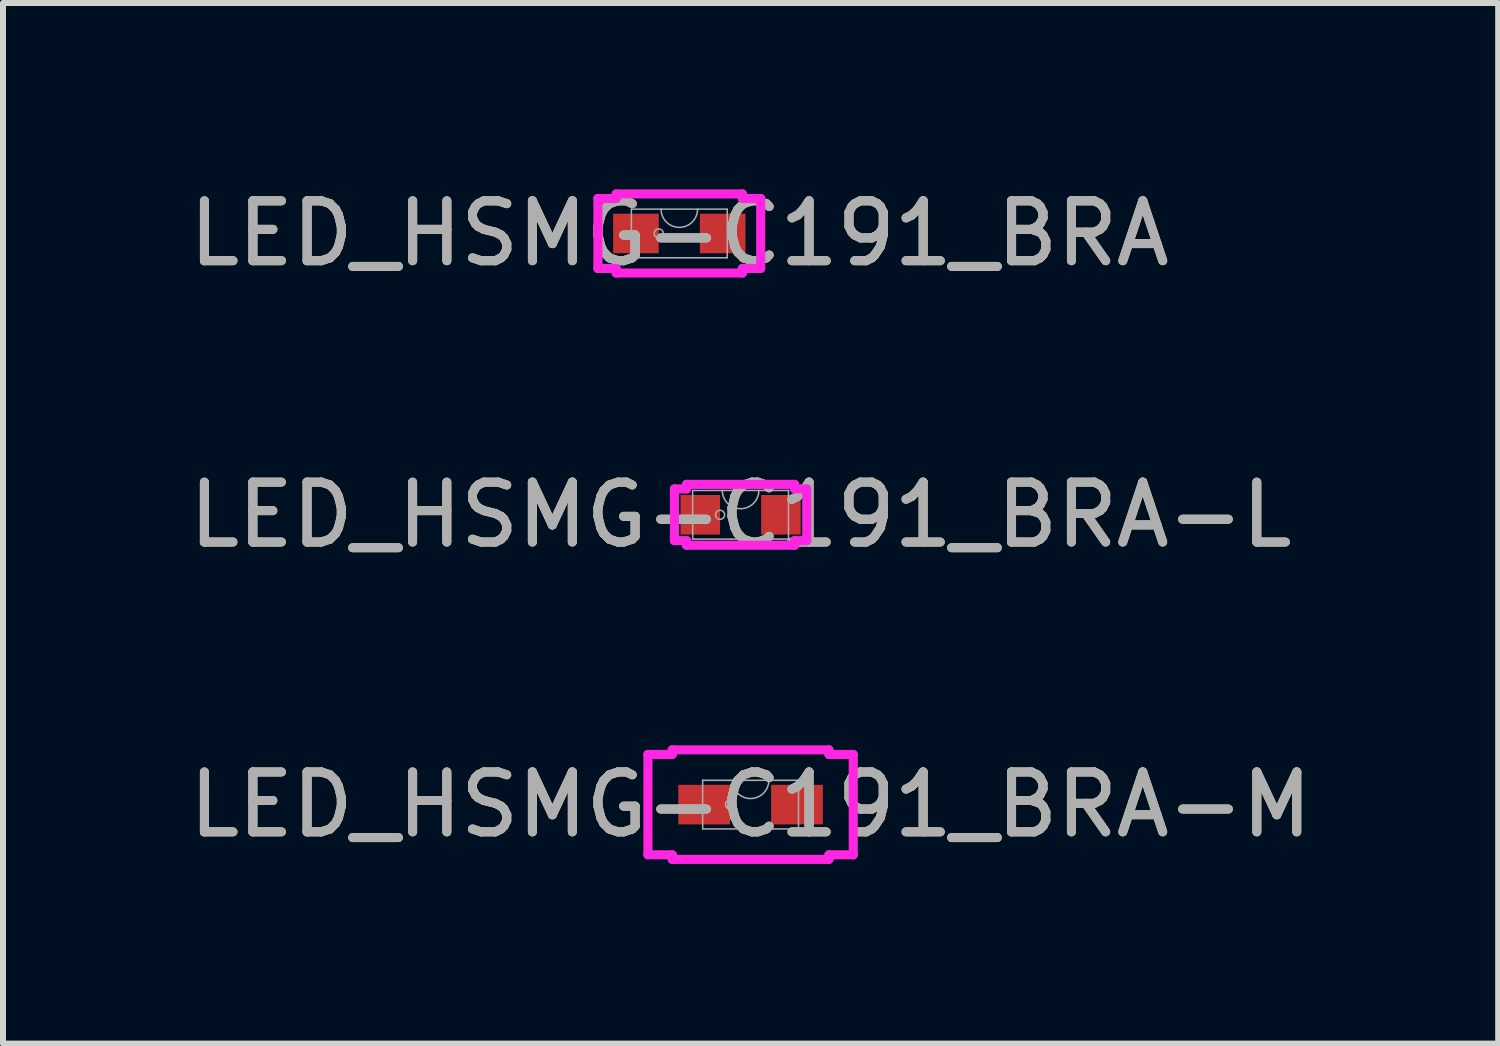
<source format=kicad_pcb>
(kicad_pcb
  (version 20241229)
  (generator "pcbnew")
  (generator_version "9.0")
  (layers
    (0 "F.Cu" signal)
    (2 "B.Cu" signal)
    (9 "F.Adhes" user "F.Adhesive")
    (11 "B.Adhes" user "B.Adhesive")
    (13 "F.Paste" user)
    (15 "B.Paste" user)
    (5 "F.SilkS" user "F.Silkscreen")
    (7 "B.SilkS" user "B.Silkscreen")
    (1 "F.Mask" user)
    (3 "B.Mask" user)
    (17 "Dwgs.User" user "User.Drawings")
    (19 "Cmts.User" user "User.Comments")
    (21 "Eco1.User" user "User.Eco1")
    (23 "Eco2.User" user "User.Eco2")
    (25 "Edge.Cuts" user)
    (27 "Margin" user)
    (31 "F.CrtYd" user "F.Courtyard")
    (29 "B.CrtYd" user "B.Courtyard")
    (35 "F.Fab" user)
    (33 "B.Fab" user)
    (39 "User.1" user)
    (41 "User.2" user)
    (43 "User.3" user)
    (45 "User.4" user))
  (footprint "LED_HSMG-C191_BRA"
    (layer "F.Cu")
    (at 8.292 0.848)
    (property "Reference" "LED_HSMG-C191_BRA" (at 0 0 0) (unlocked yes) (layer "F.SilkS") (effects (font (size 1 1) (thickness 0.15))))
    (attr smd)
    (fp_line (start -1.359 -0.584) (end -1.054 -0.584) (stroke (width 0.152) (type solid)) (layer "F.CrtYd"))
    (fp_line (start -1.359 0.584) (end -1.359 -0.584) (stroke (width 0.152) (type solid)) (layer "F.CrtYd"))
    (fp_line (start -1.359 0.584) (end -1.054 0.584) (stroke (width 0.152) (type solid)) (layer "F.CrtYd"))
    (fp_line (start -1.054 -0.66) (end 1.054 -0.66) (stroke (width 0.152) (type solid)) (layer "F.CrtYd"))
    (fp_line (start -1.054 -0.584) (end -1.054 -0.66) (stroke (width 0.152) (type solid)) (layer "F.CrtYd"))
    (fp_line (start -1.054 0.66) (end -1.054 0.584) (stroke (width 0.152) (type solid)) (layer "F.CrtYd"))
    (fp_line (start 1.054 -0.66) (end 1.054 -0.584) (stroke (width 0.152) (type solid)) (layer "F.CrtYd"))
    (fp_line (start 1.054 0.584) (end 1.054 0.66) (stroke (width 0.152) (type solid)) (layer "F.CrtYd"))
    (fp_line (start 1.054 0.66) (end -1.054 0.66) (stroke (width 0.152) (type solid)) (layer "F.CrtYd"))
    (fp_line (start 1.359 -0.584) (end 1.054 -0.584) (stroke (width 0.152) (type solid)) (layer "F.CrtYd"))
    (fp_line (start 1.359 -0.584) (end 1.359 0.584) (stroke (width 0.152) (type solid)) (layer "F.CrtYd"))
    (fp_line (start 1.359 0.584) (end 1.054 0.584) (stroke (width 0.152) (type solid)) (layer "F.CrtYd"))
    (fp_line (start -0.8 -0.406) (end -0.8 0.406) (stroke (width 0.025) (type solid)) (layer "F.Fab"))
    (fp_line (start -0.8 0.406) (end 0.8 0.406) (stroke (width 0.025) (type solid)) (layer "F.Fab"))
    (fp_line (start 0.8 -0.406) (end -0.8 -0.406) (stroke (width 0.025) (type solid)) (layer "F.Fab"))
    (fp_line (start 0.8 0.406) (end 0.8 -0.406) (stroke (width 0.025) (type solid)) (layer "F.Fab"))
    (fp_arc (start 0.3048 -0.4064) (mid 0 -0.1016) (end -0.3048 -0.4064) (stroke (width 0.0254) (type solid)) (layer "F.Fab"))
    (fp_circle (center -0.343 0) (end -0.267 0) (stroke (width 0.025) (type solid)) (fill no) (layer "F.Fab"))
    (fp_text user "${REFERENCE}" (at 0 0 0) (unlocked yes) (layer "F.Fab") (effects (font (size 1 1) (thickness 0.15))))
    (pad "1" smd rect (at -0.724 0) (size 0.762 0.66) (layers "F.Cu" "F.Mask" "F.Paste"))
    (pad "2" smd rect (at 0.724 0) (size 0.762 0.66) (layers "F.Cu" "F.Mask" "F.Paste")))
  (footprint "LED_HSMG-C191_BRA-L"
    (layer "F.Cu")
    (at 9.315 5.545)
    (property "Reference" "LED_HSMG-C191_BRA-L" (at 0 0 0) (unlocked yes) (layer "F.SilkS") (effects (font (size 1 1) (thickness 0.15))))
    (attr smd)
    (fp_line (start -1.105 -0.432) (end -0.902 -0.432) (stroke (width 0.152) (type solid)) (layer "F.CrtYd"))
    (fp_line (start -1.105 0.432) (end -1.105 -0.432) (stroke (width 0.152) (type solid)) (layer "F.CrtYd"))
    (fp_line (start -1.105 0.432) (end -0.902 0.432) (stroke (width 0.152) (type solid)) (layer "F.CrtYd"))
    (fp_line (start -0.902 -0.508) (end 0.902 -0.508) (stroke (width 0.152) (type solid)) (layer "F.CrtYd"))
    (fp_line (start -0.902 -0.432) (end -0.902 -0.508) (stroke (width 0.152) (type solid)) (layer "F.CrtYd"))
    (fp_line (start -0.902 0.508) (end -0.902 0.432) (stroke (width 0.152) (type solid)) (layer "F.CrtYd"))
    (fp_line (start 0.902 -0.508) (end 0.902 -0.432) (stroke (width 0.152) (type solid)) (layer "F.CrtYd"))
    (fp_line (start 0.902 0.432) (end 0.902 0.508) (stroke (width 0.152) (type solid)) (layer "F.CrtYd"))
    (fp_line (start 0.902 0.508) (end -0.902 0.508) (stroke (width 0.152) (type solid)) (layer "F.CrtYd"))
    (fp_line (start 1.105 -0.432) (end 0.902 -0.432) (stroke (width 0.152) (type solid)) (layer "F.CrtYd"))
    (fp_line (start 1.105 -0.432) (end 1.105 0.432) (stroke (width 0.152) (type solid)) (layer "F.CrtYd"))
    (fp_line (start 1.105 0.432) (end 0.902 0.432) (stroke (width 0.152) (type solid)) (layer "F.CrtYd"))
    (fp_line (start -0.8 -0.406) (end -0.8 0.406) (stroke (width 0.025) (type solid)) (layer "F.Fab"))
    (fp_line (start -0.8 0.406) (end 0.8 0.406) (stroke (width 0.025) (type solid)) (layer "F.Fab"))
    (fp_line (start 0.8 -0.406) (end -0.8 -0.406) (stroke (width 0.025) (type solid)) (layer "F.Fab"))
    (fp_line (start 0.8 0.406) (end 0.8 -0.406) (stroke (width 0.025) (type solid)) (layer "F.Fab"))
    (fp_arc (start 0.3048 -0.4064) (mid 0 -0.1016) (end -0.3048 -0.4064) (stroke (width 0.0254) (type solid)) (layer "F.Fab"))
    (fp_circle (center -0.343 0) (end -0.267 0) (stroke (width 0.025) (type solid)) (fill no) (layer "F.Fab"))
    (fp_text user "${REFERENCE}" (at 0 0 0) (unlocked yes) (layer "F.Fab") (effects (font (size 1 1) (thickness 0.15))))
    (pad "1" smd rect (at -0.673 0) (size 0.66 0.66) (layers "F.Cu" "F.Mask" "F.Paste"))
    (pad "2" smd rect (at 0.673 0) (size 0.66 0.66) (layers "F.Cu" "F.Mask" "F.Paste")))
  (footprint "LED_HSMG-C191_BRA-M"
    (layer "F.Cu")
    (at 9.482 10.384)
    (property "Reference" "LED_HSMG-C191_BRA-M" (at 0 0 0) (unlocked yes) (layer "F.SilkS") (effects (font (size 1 1) (thickness 0.15))))
    (attr smd)
    (fp_line (start -1.714 -0.838) (end -1.308 -0.838) (stroke (width 0.152) (type solid)) (layer "F.CrtYd"))
    (fp_line (start -1.714 0.838) (end -1.714 -0.838) (stroke (width 0.152) (type solid)) (layer "F.CrtYd"))
    (fp_line (start -1.714 0.838) (end -1.308 0.838) (stroke (width 0.152) (type solid)) (layer "F.CrtYd"))
    (fp_line (start -1.308 -0.914) (end 1.308 -0.914) (stroke (width 0.152) (type solid)) (layer "F.CrtYd"))
    (fp_line (start -1.308 -0.838) (end -1.308 -0.914) (stroke (width 0.152) (type solid)) (layer "F.CrtYd"))
    (fp_line (start -1.308 0.914) (end -1.308 0.838) (stroke (width 0.152) (type solid)) (layer "F.CrtYd"))
    (fp_line (start 1.308 -0.914) (end 1.308 -0.838) (stroke (width 0.152) (type solid)) (layer "F.CrtYd"))
    (fp_line (start 1.308 0.838) (end 1.308 0.914) (stroke (width 0.152) (type solid)) (layer "F.CrtYd"))
    (fp_line (start 1.308 0.914) (end -1.308 0.914) (stroke (width 0.152) (type solid)) (layer "F.CrtYd"))
    (fp_line (start 1.714 -0.838) (end 1.308 -0.838) (stroke (width 0.152) (type solid)) (layer "F.CrtYd"))
    (fp_line (start 1.714 -0.838) (end 1.714 0.838) (stroke (width 0.152) (type solid)) (layer "F.CrtYd"))
    (fp_line (start 1.714 0.838) (end 1.308 0.838) (stroke (width 0.152) (type solid)) (layer "F.CrtYd"))
    (fp_line (start -0.8 -0.406) (end -0.8 0.406) (stroke (width 0.025) (type solid)) (layer "F.Fab"))
    (fp_line (start -0.8 0.406) (end 0.8 0.406) (stroke (width 0.025) (type solid)) (layer "F.Fab"))
    (fp_line (start 0.8 -0.406) (end -0.8 -0.406) (stroke (width 0.025) (type solid)) (layer "F.Fab"))
    (fp_line (start 0.8 0.406) (end 0.8 -0.406) (stroke (width 0.025) (type solid)) (layer "F.Fab"))
    (fp_arc (start 0.3048 -0.4064) (mid 0 -0.1016) (end -0.3048 -0.4064) (stroke (width 0.0254) (type solid)) (layer "F.Fab"))
    (fp_circle (center -0.343 0) (end -0.267 0) (stroke (width 0.025) (type solid)) (fill no) (layer "F.Fab"))
    (fp_text user "${REFERENCE}" (at 0 0 0) (unlocked yes) (layer "F.Fab") (effects (font (size 1 1) (thickness 0.15))))
    (pad "1" smd rect (at -0.775 0) (size 0.864 0.66) (layers "F.Cu" "F.Mask" "F.Paste"))
    (pad "2" smd rect (at 0.775 0) (size 0.864 0.66) (layers "F.Cu" "F.Mask" "F.Paste")))
  (gr_rect
    (start -3 -3)
    (end 21.964 14.374)
    (stroke (width 0.1) (type default))
    (fill no)
    (layer "Edge.Cuts")))
</source>
